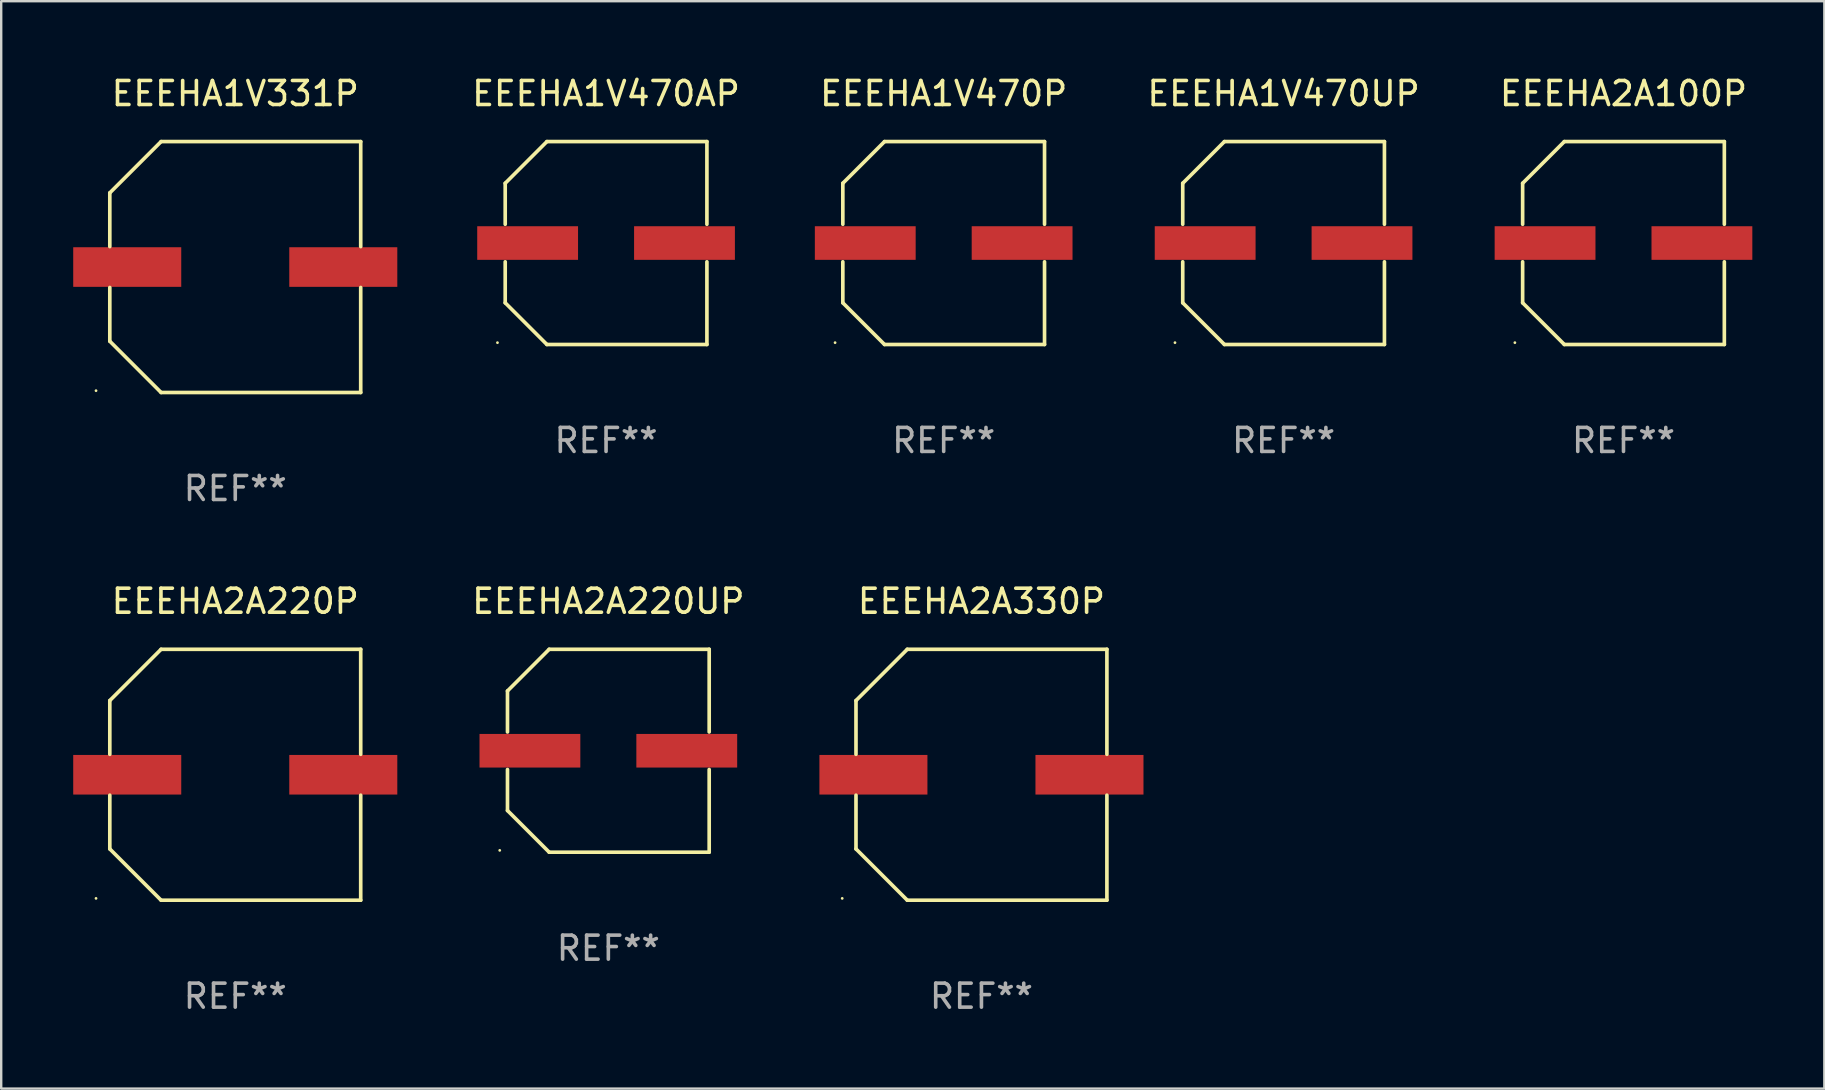
<source format=kicad_pcb>
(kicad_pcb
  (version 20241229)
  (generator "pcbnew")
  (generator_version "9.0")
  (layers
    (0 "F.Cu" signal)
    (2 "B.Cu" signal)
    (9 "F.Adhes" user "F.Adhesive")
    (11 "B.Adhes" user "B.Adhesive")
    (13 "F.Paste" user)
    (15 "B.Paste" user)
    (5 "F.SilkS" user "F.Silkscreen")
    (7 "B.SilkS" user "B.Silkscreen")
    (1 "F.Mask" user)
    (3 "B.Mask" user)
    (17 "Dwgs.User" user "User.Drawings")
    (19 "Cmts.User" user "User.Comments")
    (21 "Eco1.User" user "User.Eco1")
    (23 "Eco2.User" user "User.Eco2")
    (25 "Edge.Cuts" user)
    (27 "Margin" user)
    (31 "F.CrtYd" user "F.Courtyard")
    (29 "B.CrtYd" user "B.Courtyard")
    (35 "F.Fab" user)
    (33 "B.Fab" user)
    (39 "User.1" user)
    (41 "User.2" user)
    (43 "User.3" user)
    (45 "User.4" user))
  (footprint "EEEHA1V470UP"
    (layer "F.Cu")
    (at 50.419 7.074)
    (property "Reference" "EEEHA1V470UP" (at 0 -6.226 0) (layer "F.SilkS") (effects (font (size 1 1) (thickness 0.15))))
    (attr through_hole)
    (fp_line (start -4.201 -2.49) (end -4.201 -0.782) (stroke (width 0.152) (type solid)) (layer "F.SilkS"))
    (fp_line (start -4.201 2.49) (end -4.201 0.782) (stroke (width 0.152) (type solid)) (layer "F.SilkS"))
    (fp_line (start -2.465 -4.226) (end -4.201 -2.49) (stroke (width 0.152) (type solid)) (layer "F.SilkS"))
    (fp_line (start -2.465 4.226) (end -4.201 2.49) (stroke (width 0.152) (type solid)) (layer "F.SilkS"))
    (fp_line (start 4.201 -4.226) (end -2.465 -4.226) (stroke (width 0.152) (type solid)) (layer "F.SilkS"))
    (fp_line (start 4.201 -0.782) (end 4.201 -4.226) (stroke (width 0.152) (type solid)) (layer "F.SilkS"))
    (fp_line (start 4.201 0.782) (end 4.201 4.226) (stroke (width 0.152) (type solid)) (layer "F.SilkS"))
    (fp_line (start 4.201 4.226) (end -2.465 4.226) (stroke (width 0.152) (type solid)) (layer "F.SilkS"))
    (fp_circle (center -4.524 4.15) (end -4.494 4.15) (stroke (width 0.06) (type solid)) (fill no) (layer "F.SilkS"))
    (fp_text user "REF**" (at 0 8.226 0) (layer "F.Fab") (effects (font (size 1 1) (thickness 0.15))))
    (pad "1" smd rect (at -3.267 0) (size 4.2 1.4) (layers "F.Cu" "F.Mask" "F.Paste"))
    (pad "2" smd rect (at 3.267 0) (size 4.2 1.4) (layers "F.Cu" "F.Mask" "F.Paste")))
  (footprint "EEEHA2A330P"
    (layer "F.Cu")
    (at 37.833 29.223)
    (property "Reference" "EEEHA2A330P" (at 0 -7.226 0) (layer "F.SilkS") (effects (font (size 1 1) (thickness 0.15))))
    (attr through_hole)
    (fp_line (start -5.226 -3.09) (end -5.226 -0.852) (stroke (width 0.152) (type solid)) (layer "F.SilkS"))
    (fp_line (start -5.226 3.09) (end -5.226 0.852) (stroke (width 0.152) (type solid)) (layer "F.SilkS"))
    (fp_line (start -3.09 -5.226) (end -5.226 -3.09) (stroke (width 0.152) (type solid)) (layer "F.SilkS"))
    (fp_line (start -3.09 5.226) (end -5.226 3.09) (stroke (width 0.152) (type solid)) (layer "F.SilkS"))
    (fp_line (start 5.226 -5.226) (end -3.09 -5.226) (stroke (width 0.152) (type solid)) (layer "F.SilkS"))
    (fp_line (start 5.226 -0.852) (end 5.226 -5.226) (stroke (width 0.152) (type solid)) (layer "F.SilkS"))
    (fp_line (start 5.226 0.852) (end 5.226 5.226) (stroke (width 0.152) (type solid)) (layer "F.SilkS"))
    (fp_line (start 5.226 5.226) (end -3.09 5.226) (stroke (width 0.152) (type solid)) (layer "F.SilkS"))
    (fp_circle (center -5.8 5.15) (end -5.77 5.15) (stroke (width 0.06) (type solid)) (fill no) (layer "F.SilkS"))
    (fp_text user "REF**" (at 0 9.226 0) (layer "F.Fab") (effects (font (size 1 1) (thickness 0.15))))
    (pad "1" smd rect (at -4.5 0) (size 4.5 1.65) (layers "F.Cu" "F.Mask" "F.Paste"))
    (pad "2" smd rect (at 4.5 0) (size 4.5 1.65) (layers "F.Cu" "F.Mask" "F.Paste")))
  (footprint "EEEHA1V331P"
    (layer "F.Cu")
    (at 6.75 8.074)
    (property "Reference" "EEEHA1V331P" (at 0 -7.226 0) (layer "F.SilkS") (effects (font (size 1 1) (thickness 0.15))))
    (attr through_hole)
    (fp_line (start -5.226 -3.09) (end -5.226 -0.852) (stroke (width 0.152) (type solid)) (layer "F.SilkS"))
    (fp_line (start -5.226 3.09) (end -5.226 0.852) (stroke (width 0.152) (type solid)) (layer "F.SilkS"))
    (fp_line (start -3.09 -5.226) (end -5.226 -3.09) (stroke (width 0.152) (type solid)) (layer "F.SilkS"))
    (fp_line (start -3.09 5.226) (end -5.226 3.09) (stroke (width 0.152) (type solid)) (layer "F.SilkS"))
    (fp_line (start 5.226 -5.226) (end -3.09 -5.226) (stroke (width 0.152) (type solid)) (layer "F.SilkS"))
    (fp_line (start 5.226 -0.852) (end 5.226 -5.226) (stroke (width 0.152) (type solid)) (layer "F.SilkS"))
    (fp_line (start 5.226 0.852) (end 5.226 5.226) (stroke (width 0.152) (type solid)) (layer "F.SilkS"))
    (fp_line (start 5.226 5.226) (end -3.09 5.226) (stroke (width 0.152) (type solid)) (layer "F.SilkS"))
    (fp_circle (center -5.8 5.15) (end -5.77 5.15) (stroke (width 0.06) (type solid)) (fill no) (layer "F.SilkS"))
    (fp_text user "REF**" (at 0 9.226 0) (layer "F.Fab") (effects (font (size 1 1) (thickness 0.15))))
    (pad "1" smd rect (at -4.5 0) (size 4.5 1.65) (layers "F.Cu" "F.Mask" "F.Paste"))
    (pad "2" smd rect (at 4.5 0) (size 4.5 1.65) (layers "F.Cu" "F.Mask" "F.Paste")))
  (footprint "EEEHA1V470P"
    (layer "F.Cu")
    (at 36.26 7.074)
    (property "Reference" "EEEHA1V470P" (at 0 -6.226 0) (layer "F.SilkS") (effects (font (size 1 1) (thickness 0.15))))
    (attr through_hole)
    (fp_line (start -4.201 -2.49) (end -4.201 -0.782) (stroke (width 0.152) (type solid)) (layer "F.SilkS"))
    (fp_line (start -4.201 2.49) (end -4.201 0.782) (stroke (width 0.152) (type solid)) (layer "F.SilkS"))
    (fp_line (start -2.465 -4.226) (end -4.201 -2.49) (stroke (width 0.152) (type solid)) (layer "F.SilkS"))
    (fp_line (start -2.465 4.226) (end -4.201 2.49) (stroke (width 0.152) (type solid)) (layer "F.SilkS"))
    (fp_line (start 4.201 -4.226) (end -2.465 -4.226) (stroke (width 0.152) (type solid)) (layer "F.SilkS"))
    (fp_line (start 4.201 -0.782) (end 4.201 -4.226) (stroke (width 0.152) (type solid)) (layer "F.SilkS"))
    (fp_line (start 4.201 0.782) (end 4.201 4.226) (stroke (width 0.152) (type solid)) (layer "F.SilkS"))
    (fp_line (start 4.201 4.226) (end -2.465 4.226) (stroke (width 0.152) (type solid)) (layer "F.SilkS"))
    (fp_circle (center -4.524 4.15) (end -4.494 4.15) (stroke (width 0.06) (type solid)) (fill no) (layer "F.SilkS"))
    (fp_text user "REF**" (at 0 8.226 0) (layer "F.Fab") (effects (font (size 1 1) (thickness 0.15))))
    (pad "1" smd rect (at -3.267 0) (size 4.2 1.4) (layers "F.Cu" "F.Mask" "F.Paste"))
    (pad "2" smd rect (at 3.267 0) (size 4.2 1.4) (layers "F.Cu" "F.Mask" "F.Paste")))
  (footprint "EEEHA1V470AP"
    (layer "F.Cu")
    (at 22.196 7.074)
    (property "Reference" "EEEHA1V470AP" (at 0 -6.226 0) (layer "F.SilkS") (effects (font (size 1 1) (thickness 0.15))))
    (attr through_hole)
    (fp_line (start -4.201 -2.49) (end -4.201 -0.782) (stroke (width 0.152) (type solid)) (layer "F.SilkS"))
    (fp_line (start -4.201 2.49) (end -4.201 0.782) (stroke (width 0.152) (type solid)) (layer "F.SilkS"))
    (fp_line (start -2.465 -4.226) (end -4.201 -2.49) (stroke (width 0.152) (type solid)) (layer "F.SilkS"))
    (fp_line (start -2.465 4.226) (end -4.201 2.49) (stroke (width 0.152) (type solid)) (layer "F.SilkS"))
    (fp_line (start 4.201 -4.226) (end -2.465 -4.226) (stroke (width 0.152) (type solid)) (layer "F.SilkS"))
    (fp_line (start 4.201 -0.782) (end 4.201 -4.226) (stroke (width 0.152) (type solid)) (layer "F.SilkS"))
    (fp_line (start 4.201 0.782) (end 4.201 4.226) (stroke (width 0.152) (type solid)) (layer "F.SilkS"))
    (fp_line (start 4.201 4.226) (end -2.465 4.226) (stroke (width 0.152) (type solid)) (layer "F.SilkS"))
    (fp_circle (center -4.524 4.15) (end -4.494 4.15) (stroke (width 0.06) (type solid)) (fill no) (layer "F.SilkS"))
    (fp_text user "REF**" (at 0 8.226 0) (layer "F.Fab") (effects (font (size 1 1) (thickness 0.15))))
    (pad "1" smd rect (at -3.267 0) (size 4.2 1.4) (layers "F.Cu" "F.Mask" "F.Paste"))
    (pad "2" smd rect (at 3.267 0) (size 4.2 1.4) (layers "F.Cu" "F.Mask" "F.Paste")))
  (footprint "EEEHA2A220UP"
    (layer "F.Cu")
    (at 22.291 28.223)
    (property "Reference" "EEEHA2A220UP" (at 0 -6.226 0) (layer "F.SilkS") (effects (font (size 1 1) (thickness 0.15))))
    (attr through_hole)
    (fp_line (start -4.201 -2.49) (end -4.201 -0.782) (stroke (width 0.152) (type solid)) (layer "F.SilkS"))
    (fp_line (start -4.201 2.49) (end -4.201 0.782) (stroke (width 0.152) (type solid)) (layer "F.SilkS"))
    (fp_line (start -2.465 -4.226) (end -4.201 -2.49) (stroke (width 0.152) (type solid)) (layer "F.SilkS"))
    (fp_line (start -2.465 4.226) (end -4.201 2.49) (stroke (width 0.152) (type solid)) (layer "F.SilkS"))
    (fp_line (start 4.201 -4.226) (end -2.465 -4.226) (stroke (width 0.152) (type solid)) (layer "F.SilkS"))
    (fp_line (start 4.201 -0.782) (end 4.201 -4.226) (stroke (width 0.152) (type solid)) (layer "F.SilkS"))
    (fp_line (start 4.201 0.782) (end 4.201 4.226) (stroke (width 0.152) (type solid)) (layer "F.SilkS"))
    (fp_line (start 4.201 4.226) (end -2.465 4.226) (stroke (width 0.152) (type solid)) (layer "F.SilkS"))
    (fp_circle (center -4.524 4.15) (end -4.494 4.15) (stroke (width 0.06) (type solid)) (fill no) (layer "F.SilkS"))
    (fp_text user "REF**" (at 0 8.226 0) (layer "F.Fab") (effects (font (size 1 1) (thickness 0.15))))
    (pad "1" smd rect (at -3.267 0) (size 4.2 1.4) (layers "F.Cu" "F.Mask" "F.Paste"))
    (pad "2" smd rect (at 3.267 0) (size 4.2 1.4) (layers "F.Cu" "F.Mask" "F.Paste")))
  (footprint "EEEHA2A100P"
    (layer "F.Cu")
    (at 64.578 7.074)
    (property "Reference" "EEEHA2A100P" (at 0 -6.226 0) (layer "F.SilkS") (effects (font (size 1 1) (thickness 0.15))))
    (attr through_hole)
    (fp_line (start -4.201 -2.49) (end -4.201 -0.782) (stroke (width 0.152) (type solid)) (layer "F.SilkS"))
    (fp_line (start -4.201 2.49) (end -4.201 0.782) (stroke (width 0.152) (type solid)) (layer "F.SilkS"))
    (fp_line (start -2.465 -4.226) (end -4.201 -2.49) (stroke (width 0.152) (type solid)) (layer "F.SilkS"))
    (fp_line (start -2.465 4.226) (end -4.201 2.49) (stroke (width 0.152) (type solid)) (layer "F.SilkS"))
    (fp_line (start 4.201 -4.226) (end -2.465 -4.226) (stroke (width 0.152) (type solid)) (layer "F.SilkS"))
    (fp_line (start 4.201 -0.782) (end 4.201 -4.226) (stroke (width 0.152) (type solid)) (layer "F.SilkS"))
    (fp_line (start 4.201 0.782) (end 4.201 4.226) (stroke (width 0.152) (type solid)) (layer "F.SilkS"))
    (fp_line (start 4.201 4.226) (end -2.465 4.226) (stroke (width 0.152) (type solid)) (layer "F.SilkS"))
    (fp_circle (center -4.524 4.15) (end -4.494 4.15) (stroke (width 0.06) (type solid)) (fill no) (layer "F.SilkS"))
    (fp_text user "REF**" (at 0 8.226 0) (layer "F.Fab") (effects (font (size 1 1) (thickness 0.15))))
    (pad "1" smd rect (at -3.267 0) (size 4.2 1.4) (layers "F.Cu" "F.Mask" "F.Paste"))
    (pad "2" smd rect (at 3.267 0) (size 4.2 1.4) (layers "F.Cu" "F.Mask" "F.Paste")))
  (footprint "EEEHA2A220P"
    (layer "F.Cu")
    (at 6.75 29.223)
    (property "Reference" "EEEHA2A220P" (at 0 -7.226 0) (layer "F.SilkS") (effects (font (size 1 1) (thickness 0.15))))
    (attr through_hole)
    (fp_line (start -5.226 -3.09) (end -5.226 -0.852) (stroke (width 0.152) (type solid)) (layer "F.SilkS"))
    (fp_line (start -5.226 3.09) (end -5.226 0.852) (stroke (width 0.152) (type solid)) (layer "F.SilkS"))
    (fp_line (start -3.09 -5.226) (end -5.226 -3.09) (stroke (width 0.152) (type solid)) (layer "F.SilkS"))
    (fp_line (start -3.09 5.226) (end -5.226 3.09) (stroke (width 0.152) (type solid)) (layer "F.SilkS"))
    (fp_line (start 5.226 -5.226) (end -3.09 -5.226) (stroke (width 0.152) (type solid)) (layer "F.SilkS"))
    (fp_line (start 5.226 -0.852) (end 5.226 -5.226) (stroke (width 0.152) (type solid)) (layer "F.SilkS"))
    (fp_line (start 5.226 0.852) (end 5.226 5.226) (stroke (width 0.152) (type solid)) (layer "F.SilkS"))
    (fp_line (start 5.226 5.226) (end -3.09 5.226) (stroke (width 0.152) (type solid)) (layer "F.SilkS"))
    (fp_circle (center -5.8 5.15) (end -5.77 5.15) (stroke (width 0.06) (type solid)) (fill no) (layer "F.SilkS"))
    (fp_text user "REF**" (at 0 9.226 0) (layer "F.Fab") (effects (font (size 1 1) (thickness 0.15))))
    (pad "1" smd rect (at -4.5 0) (size 4.5 1.65) (layers "F.Cu" "F.Mask" "F.Paste"))
    (pad "2" smd rect (at 4.5 0) (size 4.5 1.65) (layers "F.Cu" "F.Mask" "F.Paste")))
  (gr_rect
    (start -3 -3)
    (end 72.945 42.298)
    (stroke (width 0.1) (type default))
    (fill no)
    (layer "Edge.Cuts")))
</source>
